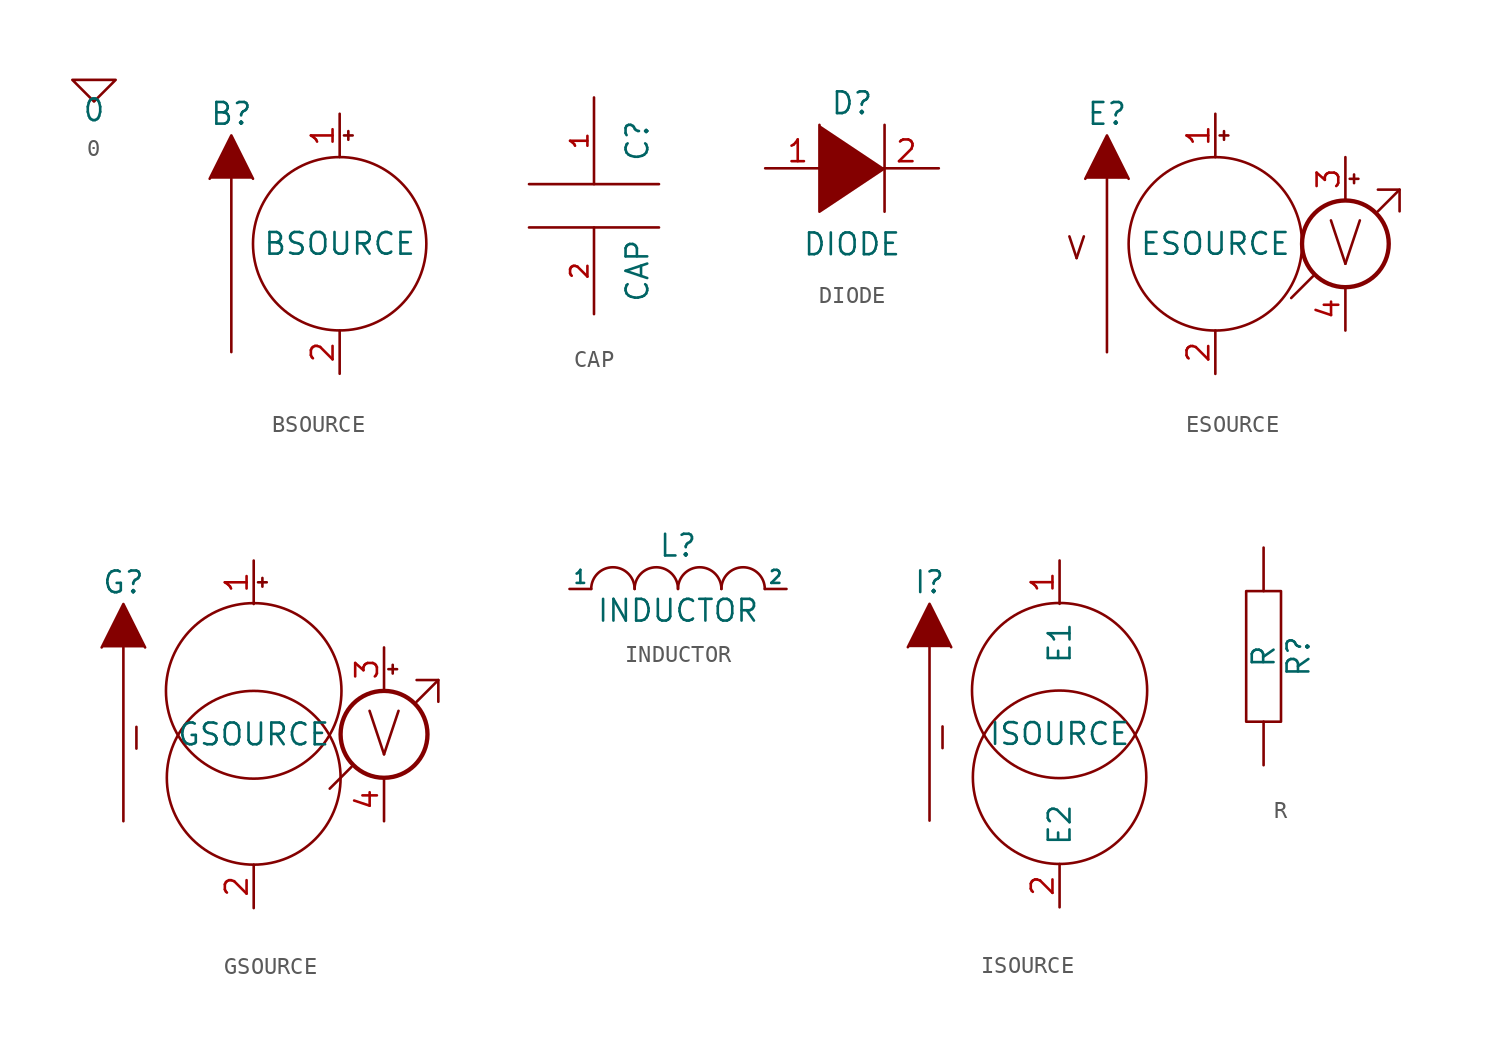
<source format=kicad_sym>
(kicad_symbol_lib
  (version 20211014)
  (generator kicad_symbol_editor)
  (symbol "0"
    (power)
    (pin_names
      (offset 0))
    (property "Reference" "#GND"
      (at 0 -2.54 0)
      (effects (font (size 1.27 1.27)) hide))
    (property "Value" "0"
      (at 0 -1.778 0)
      (effects (font (size 1.27 1.27))))
    (symbol "0_0_1"
      (polyline (pts (xy -1.27 0) (xy 0 -1.27) (xy 1.27 0) (xy -1.27 0)) (stroke (width 0) (type default) (color 0 0 0 0)) (fill (type none))))
    (symbol "0_1_1"
      (pin power_in line (at 0 0 0) (length 0) hide (name "0" (effects (font (size 1.016 1.016)))) (number "1" (effects (font (size 1.016 1.016)))))))
  (symbol "BSOURCE"
    (pin_names
      (offset 1.016) hide)
    (property "Reference" "B"
      (at -6.35 7.62 0)
      (effects (font (size 1.27 1.27))))
    (property "Value" "BSOURCE"
      (at 0 0 0)
      (effects (font (size 1.27 1.27))))
    (symbol "BSOURCE_1_1"
      (polyline (pts (xy -6.35 -6.35) (xy -6.35 3.81)) (stroke (width 0) (type default) (color 0 0 0 0)) (fill (type outline)))
      (polyline (pts (xy 0.254 6.35) (xy 0.762 6.35)) (stroke (width 0) (type default) (color 0 0 0 0)) (fill (type none)))
      (polyline (pts (xy 0.508 6.604) (xy 0.508 6.096)) (stroke (width 0) (type default) (color 0 0 0 0)) (fill (type none)))
      (polyline (pts (xy -7.62 3.81) (xy -6.35 6.35) (xy -5.08 3.81)) (stroke (width 0) (type default) (color 0 0 0 0)) (fill (type outline)))
      (circle (center 0 0) (radius 5.08) (stroke (width 0) (type default) (color 0 0 0 0)) (fill (type none)))
      (pin input line (at 0 7.62 270) (length 2.54) (name "N+" (effects (font (size 1.27 1.27)))) (number "1" (effects (font (size 1.27 1.27)))))
      (pin input line (at 0 -7.62 90) (length 2.54) (name "N-" (effects (font (size 1.27 1.27)))) (number "2" (effects (font (size 1.27 1.27)))))))
  (symbol "CAP"
    (pin_names
      (offset 0.254))
    (property "Reference" "C"
      (at 2.54 3.81 90)
      (effects (font (size 1.27 1.27))))
    (property "Value" "CAP"
      (at 2.54 -3.81 90)
      (effects (font (size 1.27 1.27))))
    (symbol "CAP_0_1"
      (polyline (pts (xy -3.81 -1.27) (xy 3.81 -1.27)) (stroke (width 0) (type default) (color 0 0 0 0)) (fill (type none)))
      (polyline (pts (xy -3.81 1.27) (xy 3.81 1.27)) (stroke (width 0) (type default) (color 0 0 0 0)) (fill (type none))))
    (symbol "CAP_1_1"
      (pin passive line (at 0 6.35 270) (length 5.08) (name "~" (effects (font (size 1.016 1.016)))) (number "1" (effects (font (size 1.016 1.016)))))
      (pin passive line (at 0 -6.35 90) (length 5.08) (name "~" (effects (font (size 1.016 1.016)))) (number "2" (effects (font (size 1.016 1.016)))))))
  (symbol "DIODE"
    (pin_names
      (offset 1.016) hide)
    (property "Reference" "D"
      (at 0 3.81 0)
      (effects (font (size 1.27 1.27))))
    (property "Value" "DIODE"
      (at 0 -4.445 0)
      (effects (font (size 1.27 1.27))))
    (symbol "DIODE_0_1"
      (polyline (pts (xy 1.905 2.54) (xy 1.905 -2.54)) (stroke (width 0) (type default) (color 0 0 0 0)) (fill (type none)))
      (polyline (pts (xy -1.905 2.54) (xy -1.905 -2.54) (xy 1.905 0)) (stroke (width 0) (type default) (color 0 0 0 0)) (fill (type outline))))
    (symbol "DIODE_1_1"
      (pin input line (at -5.08 0 0) (length 3.81) (name "K" (effects (font (size 1.27 1.27)))) (number "1" (effects (font (size 1.27 1.27)))))
      (pin input line (at 5.08 0 180) (length 3.81) (name "A" (effects (font (size 1.27 1.27)))) (number "2" (effects (font (size 1.27 1.27)))))))
  (symbol "ESOURCE"
    (pin_names
      (offset 1.016) hide)
    (property "Reference" "E"
      (at -6.35 7.62 0)
      (effects (font (size 1.27 1.27))))
    (property "Value" "ESOURCE"
      (at 0 0 0)
      (effects (font (size 1.27 1.27))))
    (symbol "ESOURCE_1_1"
      (polyline (pts (xy -6.35 -6.35) (xy -6.35 3.81)) (stroke (width 0) (type default) (color 0 0 0 0)) (fill (type outline)))
      (polyline (pts (xy 0.254 6.35) (xy 0.762 6.35)) (stroke (width 0) (type default) (color 0 0 0 0)) (fill (type none)))
      (polyline (pts (xy 0.508 6.604) (xy 0.508 6.096)) (stroke (width 0) (type default) (color 0 0 0 0)) (fill (type none)))
      (polyline (pts (xy 4.445 -3.175) (xy 5.715 -1.905)) (stroke (width 0) (type default) (color 0 0 0 0)) (fill (type none)))
      (polyline (pts (xy 7.874 3.81) (xy 8.382 3.81)) (stroke (width 0) (type default) (color 0 0 0 0)) (fill (type none)))
      (polyline (pts (xy 8.128 4.064) (xy 8.128 3.556)) (stroke (width 0) (type default) (color 0 0 0 0)) (fill (type none)))
      (polyline (pts (xy 9.525 1.905) (xy 10.795 3.175)) (stroke (width 0) (type default) (color 0 0 0 0)) (fill (type none)))
      (polyline (pts (xy -7.62 3.81) (xy -6.35 6.35) (xy -5.08 3.81)) (stroke (width 0) (type default) (color 0 0 0 0)) (fill (type outline)))
      (polyline (pts (xy 9.525 3.175) (xy 10.795 3.175) (xy 10.795 1.905)) (stroke (width 0) (type default) (color 0 0 0 0)) (fill (type none)))
      (circle (center 0 0) (radius 5.08) (stroke (width 0) (type default) (color 0 0 0 0)) (fill (type none)))
      (circle (center 7.62 0) (radius 2.54) (stroke (width 0.254) (type default) (color 0 0 0 0)) (fill (type none)))
      (text "V" (at -8.128 -0.254 0) (effects (font (size 1.27 1.27))))
      (text "V" (at 7.62 0 0) (effects (font (size 2.54 2.54))))
      (pin input line (at 0 7.62 270) (length 2.54) (name "N+" (effects (font (size 1.27 1.27)))) (number "1" (effects (font (size 1.27 1.27)))))
      (pin input line (at 0 -7.62 90) (length 2.54) (name "N-" (effects (font (size 1.27 1.27)))) (number "2" (effects (font (size 1.27 1.27)))))
      (pin passive line (at 7.62 5.08 270) (length 2.54) (name "C+" (effects (font (size 1.27 1.27)))) (number "3" (effects (font (size 1.27 1.27)))))
      (pin passive line (at 7.62 -5.08 90) (length 2.54) (name "C-" (effects (font (size 1.27 1.27)))) (number "4" (effects (font (size 1.27 1.27)))))))
  (symbol "GSOURCE"
    (pin_names
      (offset 1.016) hide)
    (property "Reference" "G"
      (at -7.62 8.89 0)
      (effects (font (size 1.27 1.27))))
    (property "Value" "GSOURCE"
      (at 0 0 0)
      (effects (font (size 1.27 1.27))))
    (symbol "GSOURCE_0_1"
      (circle (center 0 -2.54) (radius 5.08) (stroke (width 0) (type default) (color 0 0 0 0)) (fill (type none)))
      (polyline (pts (xy -7.62 -5.08) (xy -7.62 5.08)) (stroke (width 0) (type default) (color 0 0 0 0)) (fill (type outline)))
      (polyline (pts (xy -8.89 5.08) (xy -7.62 7.62) (xy -6.35 5.08)) (stroke (width 0) (type default) (color 0 0 0 0)) (fill (type outline)))
      (circle (center 0 2.54) (radius 5.131) (stroke (width 0) (type default) (color 0 0 0 0)) (fill (type none)))
      (text "I" (at -6.858 -0.254 0) (effects (font (size 1.27 1.27)))))
    (symbol "GSOURCE_1_1"
      (polyline (pts (xy 0.254 8.89) (xy 0.762 8.89)) (stroke (width 0) (type default) (color 0 0 0 0)) (fill (type none)))
      (polyline (pts (xy 0.508 9.144) (xy 0.508 8.636)) (stroke (width 0) (type default) (color 0 0 0 0)) (fill (type none)))
      (polyline (pts (xy 4.445 -3.175) (xy 5.715 -1.905)) (stroke (width 0) (type default) (color 0 0 0 0)) (fill (type none)))
      (polyline (pts (xy 7.874 3.81) (xy 8.382 3.81)) (stroke (width 0) (type default) (color 0 0 0 0)) (fill (type none)))
      (polyline (pts (xy 8.128 4.064) (xy 8.128 3.556)) (stroke (width 0) (type default) (color 0 0 0 0)) (fill (type none)))
      (polyline (pts (xy 9.525 1.905) (xy 10.795 3.175)) (stroke (width 0) (type default) (color 0 0 0 0)) (fill (type none)))
      (polyline (pts (xy 9.525 3.175) (xy 10.795 3.175) (xy 10.795 1.905)) (stroke (width 0) (type default) (color 0 0 0 0)) (fill (type none)))
      (circle (center 7.62 0) (radius 2.54) (stroke (width 0.254) (type default) (color 0 0 0 0)) (fill (type none)))
      (text "V" (at 7.62 0 0) (effects (font (size 2.54 2.54))))
      (pin input line (at 0 10.16 270) (length 2.54) (name "N+" (effects (font (size 1.27 1.27)))) (number "1" (effects (font (size 1.27 1.27)))))
      (pin input line (at 0 -10.16 90) (length 2.54) (name "N-" (effects (font (size 1.27 1.27)))) (number "2" (effects (font (size 1.27 1.27)))))
      (pin passive line (at 7.62 5.08 270) (length 2.54) (name "C+" (effects (font (size 1.27 1.27)))) (number "3" (effects (font (size 1.27 1.27)))))
      (pin passive line (at 7.62 -5.08 90) (length 2.54) (name "C-" (effects (font (size 1.27 1.27)))) (number "4" (effects (font (size 1.27 1.27)))))))
  (symbol "INDUCTOR"
    (pin_numbers hide)
    (pin_names
      (offset 0))
    (property "Reference" "L"
      (at 0 2.54 0)
      (effects (font (size 1.27 1.27))))
    (property "Value" "INDUCTOR"
      (at 0 -1.27 0)
      (effects (font (size 1.27 1.27))))
    (symbol "INDUCTOR_0_1"
      (arc (start -2.54 0) (mid -3.81 1.27) (end -5.08 0) (stroke (width 0) (type default) (color 0 0 0 0)) (fill (type none)))
      (arc (start 0 0) (mid -1.27 1.27) (end -2.54 0) (stroke (width 0) (type default) (color 0 0 0 0)) (fill (type none)))
      (arc (start 2.54 0) (mid 1.27 1.27) (end 0 0) (stroke (width 0) (type default) (color 0 0 0 0)) (fill (type none)))
      (arc (start 5.08 0) (mid 3.81 1.27) (end 2.54 0) (stroke (width 0) (type default) (color 0 0 0 0)) (fill (type none))))
    (symbol "INDUCTOR_1_1"
      (pin input line (at -6.35 0 0) (length 1.27) (name "1" (effects (font (size 0.762 0.762)))) (number "1" (effects (font (size 0.762 0.762)))))
      (pin input line (at 6.35 0 180) (length 1.27) (name "2" (effects (font (size 0.762 0.762)))) (number "2" (effects (font (size 0.762 0.762)))))))
  (symbol "ISOURCE"
    (pin_names
      (offset 1.016))
    (property "Reference" "I"
      (at -7.62 8.89 0)
      (effects (font (size 1.27 1.27))))
    (property "Value" "ISOURCE"
      (at 0 0 0)
      (effects (font (size 1.27 1.27))))
    (symbol "ISOURCE_0_1"
      (circle (center 0 -2.54) (radius 5.08) (stroke (width 0) (type default) (color 0 0 0 0)) (fill (type none)))
      (polyline (pts (xy -7.62 -5.08) (xy -7.62 5.08)) (stroke (width 0) (type default) (color 0 0 0 0)) (fill (type outline)))
      (polyline (pts (xy -8.89 5.08) (xy -7.62 7.62) (xy -6.35 5.08)) (stroke (width 0) (type default) (color 0 0 0 0)) (fill (type outline)))
      (circle (center 0 2.54) (radius 5.131) (stroke (width 0) (type default) (color 0 0 0 0)) (fill (type none)))
      (text "I" (at -6.858 -0.254 0) (effects (font (size 1.27 1.27)))))
    (symbol "ISOURCE_1_1"
      (pin input line (at 0 10.16 270) (length 2.54) (name "E1" (effects (font (size 1.27 1.27)))) (number "1" (effects (font (size 1.27 1.27)))))
      (pin input line (at 0 -10.16 90) (length 2.54) (name "E2" (effects (font (size 1.27 1.27)))) (number "2" (effects (font (size 1.27 1.27)))))))
  (symbol "R"
    (pin_numbers hide)
    (pin_names
      (offset 0))
    (property "Reference" "R"
      (at 2.032 0 90)
      (effects (font (size 1.27 1.27))))
    (property "Value" "R"
      (at 0 0 90)
      (effects (font (size 1.27 1.27))))
    (symbol "R_0_1"
      (rectangle (start -1.016 3.81) (end 1.016 -3.81) (stroke (width 0) (type default) (color 0 0 0 0)) (fill (type none))))
    (symbol "R_1_1"
      (pin passive line (at 0 6.35 270) (length 2.54) (name "~" (effects (font (size 1.27 1.27)))) (number "1" (effects (font (size 1.27 1.27)))))
      (pin passive line (at 0 -6.35 90) (length 2.54) (name "~" (effects (font (size 1.27 1.27)))) (number "2" (effects (font (size 1.27 1.27))))))))
</source>
